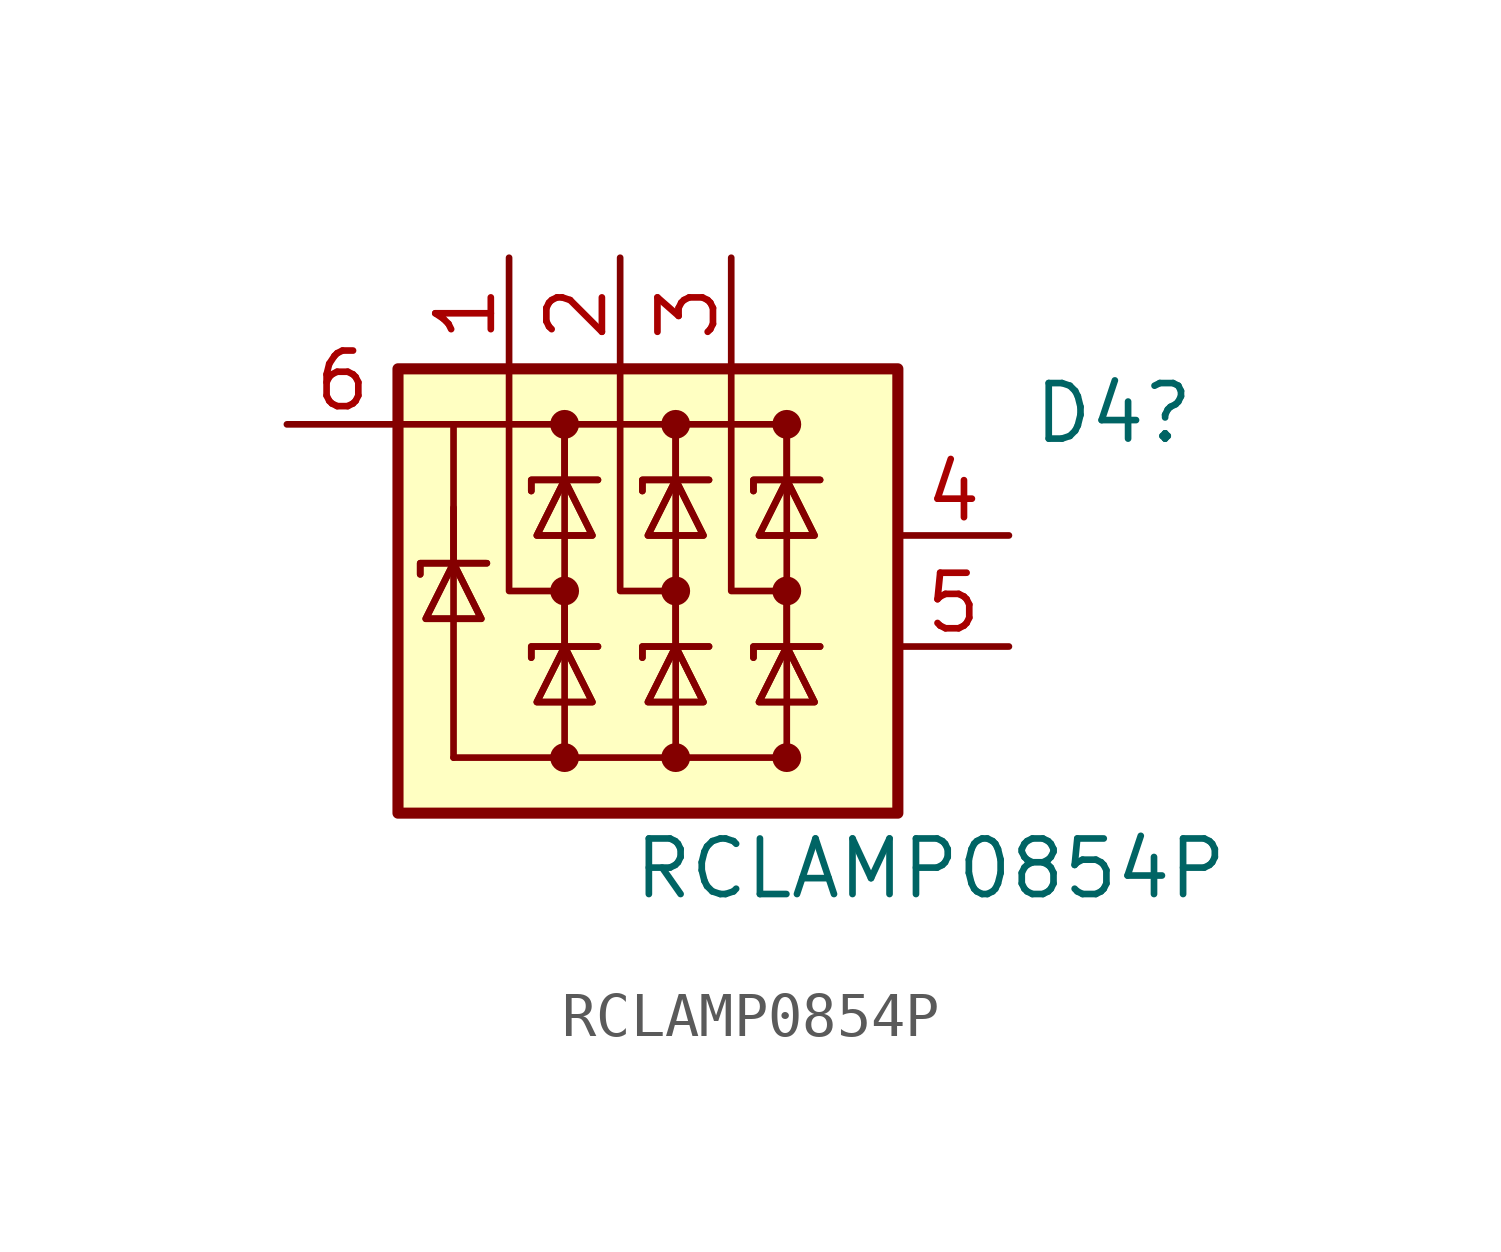
<source format=kicad_sym>
(kicad_symbol_lib
  (version 20231120)
  (generator "kicad_symbol_editor")
  (generator_version "8.0")
  (symbol "RCLAMP0854P"
    (pin_names hide)
    (property "Reference" "D4"
      (at 4.318 4.064 0)
      (effects (font (size 1.27 1.27)) (justify left)))
    (property "Value" "RCLAMP0854P"
      (at -4.826 -6.35 0)
      (effects (font (size 1.27 1.27)) (justify left)))
    (symbol "RCLAMP0854P_0_1"
      (rectangle (start -10.16 5.08) (end 1.27 -5.08) (stroke (width 0.254) (type default)) (fill (type background)))
      (circle (center -6.35 -3.81) (radius 0.254) (stroke (width 0) (type default)) (fill (type outline)))
      (circle (center -6.35 0) (radius 0.254) (stroke (width 0) (type default)) (fill (type outline)))
      (circle (center -6.35 3.81) (radius 0.254) (stroke (width 0) (type default)) (fill (type outline)))
      (circle (center -3.81 -3.81) (radius 0.254) (stroke (width 0) (type default)) (fill (type outline)))
      (circle (center -3.81 0) (radius 0.254) (stroke (width 0) (type default)) (fill (type outline)))
      (circle (center -3.81 3.81) (radius 0.254) (stroke (width 0) (type default)) (fill (type outline)))
      (circle (center -1.27 -3.81) (radius 0.254) (stroke (width 0) (type default)) (fill (type outline)))
      (circle (center -1.27 0) (radius 0.254) (stroke (width 0) (type default)) (fill (type outline)))
      (circle (center -1.27 3.81) (radius 0.254) (stroke (width 0) (type default)) (fill (type outline)))
      (polyline (pts (xy -8.89 0.635) (xy -8.89 -3.81)) (stroke (width 0) (type default)) (fill (type none)))
      (polyline (pts (xy -8.89 1.905) (xy -8.89 0.635)) (stroke (width 0) (type default)) (fill (type none)))
      (polyline (pts (xy -8.89 3.81) (xy -10.16 3.81)) (stroke (width 0) (type default)) (fill (type none)))
      (polyline (pts (xy -8.89 3.81) (xy -8.89 0.635)) (stroke (width 0) (type default)) (fill (type none)))
      (polyline (pts (xy -6.35 -3.81) (xy -8.89 -3.81)) (stroke (width 0) (type default)) (fill (type none)))
      (polyline (pts (xy -6.35 0) (xy -6.35 -1.27)) (stroke (width 0) (type default)) (fill (type none)))
      (polyline (pts (xy -6.35 2.54) (xy -6.35 -1.27)) (stroke (width 0) (type default)) (fill (type none)))
      (polyline (pts (xy -6.35 3.81) (xy -6.35 2.54)) (stroke (width 0) (type default)) (fill (type none)))
      (polyline (pts (xy -6.35 3.81) (xy -6.35 2.54)) (stroke (width 0) (type default)) (fill (type none)))
      (polyline (pts (xy -3.81 0) (xy -3.81 -1.27)) (stroke (width 0) (type default)) (fill (type none)))
      (polyline (pts (xy -3.81 2.54) (xy -3.81 -1.27)) (stroke (width 0) (type default)) (fill (type none)))
      (polyline (pts (xy -3.81 3.81) (xy -3.81 2.54)) (stroke (width 0) (type default)) (fill (type none)))
      (polyline (pts (xy -3.81 3.81) (xy -3.81 2.54)) (stroke (width 0) (type default)) (fill (type none)))
      (polyline (pts (xy -1.27 -3.81) (xy -1.27 -1.27)) (stroke (width 0) (type default)) (fill (type none)))
      (polyline (pts (xy -1.27 0) (xy -1.27 -1.27)) (stroke (width 0) (type default)) (fill (type none)))
      (polyline (pts (xy -1.27 2.54) (xy -1.27 -1.27)) (stroke (width 0) (type default)) (fill (type none)))
      (polyline (pts (xy -1.27 3.81) (xy -8.89 3.81)) (stroke (width 0) (type default)) (fill (type none)))
      (polyline (pts (xy -1.27 3.81) (xy -1.27 2.54)) (stroke (width 0) (type default)) (fill (type none)))
      (polyline (pts (xy -1.27 3.81) (xy -1.27 2.54)) (stroke (width 0) (type default)) (fill (type none)))
      (polyline (pts (xy -7.62 5.08) (xy -7.62 0) (xy -6.35 0)) (stroke (width 0) (type default)) (fill (type none)))
      (polyline (pts (xy -6.35 -1.27) (xy -6.35 -3.81) (xy -3.81 -3.81)) (stroke (width 0) (type default)) (fill (type none)))
      (polyline (pts (xy -5.08 5.08) (xy -5.08 0) (xy -3.81 0)) (stroke (width 0) (type default)) (fill (type none)))
      (polyline (pts (xy -3.81 -1.27) (xy -3.81 -3.81) (xy -1.27 -3.81)) (stroke (width 0) (type default)) (fill (type none)))
      (polyline (pts (xy -2.54 5.08) (xy -2.54 0) (xy -1.27 0)) (stroke (width 0) (type default)) (fill (type none)))
      (polyline (pts (xy -9.652 0.381) (xy -9.652 0.635) (xy -8.255 0.635) (xy -8.128 0.635)) (stroke (width 0) (type default)) (fill (type none)))
      (polyline (pts (xy -9.652 0.381) (xy -9.652 0.635) (xy -8.255 0.635) (xy -8.128 0.635)) (stroke (width 0) (type default)) (fill (type none)))
      (polyline (pts (xy -8.89 0.635) (xy -8.255 -0.635) (xy -9.525 -0.635) (xy -8.89 0.635)) (stroke (width 0) (type default)) (fill (type none)))
      (polyline (pts (xy -8.89 0.635) (xy -8.255 -0.635) (xy -9.525 -0.635) (xy -8.89 0.635)) (stroke (width 0) (type default)) (fill (type none)))
      (polyline (pts (xy -7.112 -1.524) (xy -7.112 -1.27) (xy -5.715 -1.27) (xy -5.588 -1.27)) (stroke (width 0) (type default)) (fill (type none)))
      (polyline (pts (xy -7.112 -1.524) (xy -7.112 -1.27) (xy -5.715 -1.27) (xy -5.588 -1.27)) (stroke (width 0) (type default)) (fill (type none)))
      (polyline (pts (xy -7.112 2.286) (xy -7.112 2.54) (xy -5.715 2.54) (xy -5.588 2.54)) (stroke (width 0) (type default)) (fill (type none)))
      (polyline (pts (xy -7.112 2.286) (xy -7.112 2.54) (xy -5.715 2.54) (xy -5.588 2.54)) (stroke (width 0) (type default)) (fill (type none)))
      (polyline (pts (xy -6.35 -1.27) (xy -5.715 -2.54) (xy -6.985 -2.54) (xy -6.35 -1.27)) (stroke (width 0) (type default)) (fill (type none)))
      (polyline (pts (xy -6.35 -1.27) (xy -5.715 -2.54) (xy -6.985 -2.54) (xy -6.35 -1.27)) (stroke (width 0) (type default)) (fill (type none)))
      (polyline (pts (xy -6.35 2.54) (xy -5.715 1.27) (xy -6.985 1.27) (xy -6.35 2.54)) (stroke (width 0) (type default)) (fill (type none)))
      (polyline (pts (xy -6.35 2.54) (xy -5.715 1.27) (xy -6.985 1.27) (xy -6.35 2.54)) (stroke (width 0) (type default)) (fill (type none)))
      (polyline (pts (xy -4.572 -1.524) (xy -4.572 -1.27) (xy -3.175 -1.27) (xy -3.048 -1.27)) (stroke (width 0) (type default)) (fill (type none)))
      (polyline (pts (xy -4.572 -1.524) (xy -4.572 -1.27) (xy -3.175 -1.27) (xy -3.048 -1.27)) (stroke (width 0) (type default)) (fill (type none)))
      (polyline (pts (xy -4.572 2.286) (xy -4.572 2.54) (xy -3.175 2.54) (xy -3.048 2.54)) (stroke (width 0) (type default)) (fill (type none)))
      (polyline (pts (xy -4.572 2.286) (xy -4.572 2.54) (xy -3.175 2.54) (xy -3.048 2.54)) (stroke (width 0) (type default)) (fill (type none)))
      (polyline (pts (xy -3.81 -1.27) (xy -3.175 -2.54) (xy -4.445 -2.54) (xy -3.81 -1.27)) (stroke (width 0) (type default)) (fill (type none)))
      (polyline (pts (xy -3.81 -1.27) (xy -3.175 -2.54) (xy -4.445 -2.54) (xy -3.81 -1.27)) (stroke (width 0) (type default)) (fill (type none)))
      (polyline (pts (xy -3.81 2.54) (xy -3.175 1.27) (xy -4.445 1.27) (xy -3.81 2.54)) (stroke (width 0) (type default)) (fill (type none)))
      (polyline (pts (xy -3.81 2.54) (xy -3.175 1.27) (xy -4.445 1.27) (xy -3.81 2.54)) (stroke (width 0) (type default)) (fill (type none)))
      (polyline (pts (xy -2.032 -1.524) (xy -2.032 -1.27) (xy -0.635 -1.27) (xy -0.508 -1.27)) (stroke (width 0) (type default)) (fill (type none)))
      (polyline (pts (xy -2.032 -1.524) (xy -2.032 -1.27) (xy -0.635 -1.27) (xy -0.508 -1.27)) (stroke (width 0) (type default)) (fill (type none)))
      (polyline (pts (xy -2.032 2.286) (xy -2.032 2.54) (xy -0.635 2.54) (xy -0.508 2.54)) (stroke (width 0) (type default)) (fill (type none)))
      (polyline (pts (xy -2.032 2.286) (xy -2.032 2.54) (xy -0.635 2.54) (xy -0.508 2.54)) (stroke (width 0) (type default)) (fill (type none)))
      (polyline (pts (xy -1.27 -1.27) (xy -0.635 -2.54) (xy -1.905 -2.54) (xy -1.27 -1.27)) (stroke (width 0) (type default)) (fill (type none)))
      (polyline (pts (xy -1.27 -1.27) (xy -0.635 -2.54) (xy -1.905 -2.54) (xy -1.27 -1.27)) (stroke (width 0) (type default)) (fill (type none)))
      (polyline (pts (xy -1.27 2.54) (xy -0.635 1.27) (xy -1.905 1.27) (xy -1.27 2.54)) (stroke (width 0) (type default)) (fill (type none)))
      (polyline (pts (xy -1.27 2.54) (xy -0.635 1.27) (xy -1.905 1.27) (xy -1.27 2.54)) (stroke (width 0) (type default)) (fill (type none))))
    (symbol "RCLAMP0854P_1_0"
      (pin passive line (at -12.7 3.81 0) (length 2.54) (name "A" (effects (font (size 1.27 1.27)))) (number "6" (effects (font (size 1.27 1.27))))))
    (symbol "RCLAMP0854P_1_1"
      (pin passive line (at -7.62 7.62 270) (length 2.54) (name "K1" (effects (font (size 1.27 1.27)))) (number "1" (effects (font (size 1.27 1.27)))))
      (pin passive line (at -5.08 7.62 270) (length 2.54) (name "K2" (effects (font (size 1.27 1.27)))) (number "2" (effects (font (size 1.27 1.27)))))
      (pin passive line (at -2.54 7.62 270) (length 2.54) (name "K3" (effects (font (size 1.27 1.27)))) (number "3" (effects (font (size 1.27 1.27)))))
      (pin free line (at 3.81 1.27 180) (length 2.54) (name "K4" (effects (font (size 1.27 1.27)))) (number "4" (effects (font (size 1.27 1.27)))))
      (pin free line (at 3.81 -1.27 180) (length 2.54) (name "K5" (effects (font (size 1.27 1.27)))) (number "5" (effects (font (size 1.27 1.27))))))))
</source>
